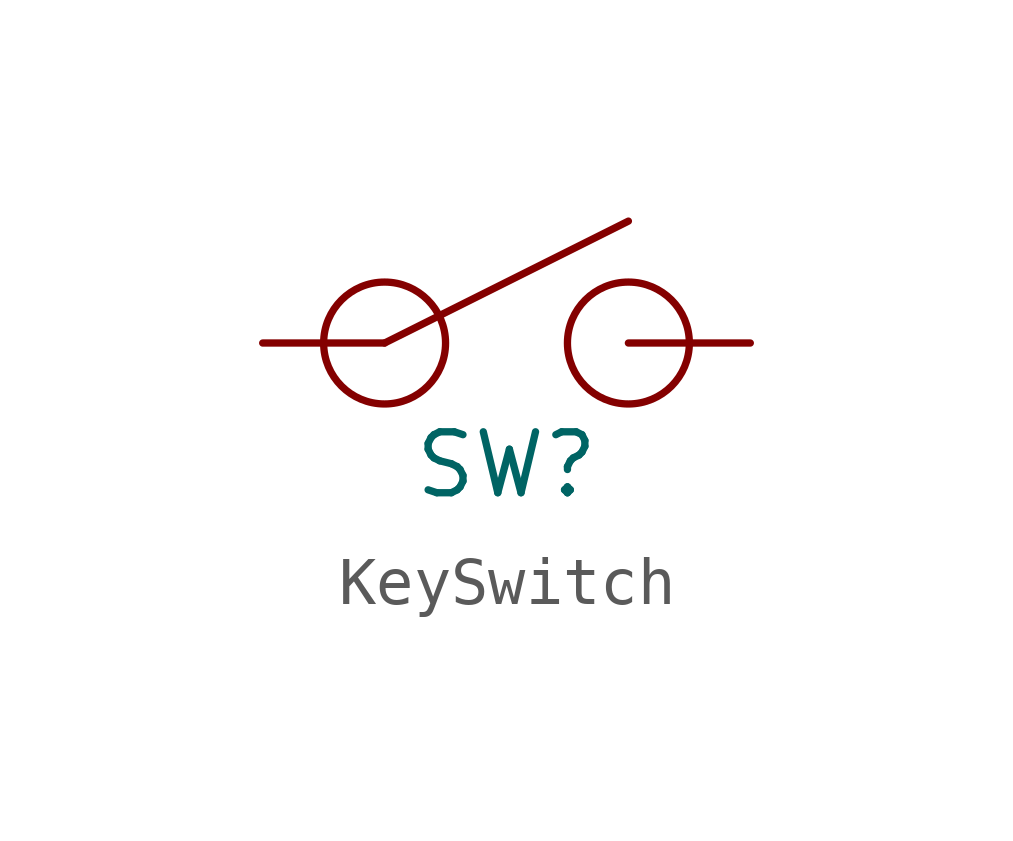
<source format=kicad_sym>
(kicad_symbol_lib
  (version 20241209)
  (generator "kicad_symbol_editor")
  (generator_version "9.0")
  (symbol "KeySwitch"
    (property "Reference" "SW"
      (at 0 0 0)
      (effects (font (size 1.27 1.27))))
    (property "Value" ""
      (at 0 0 0)
      (effects (font (size 1.27 1.27))))
    (symbol "KeySwitch_0_1"
      (circle (center -2.54 2.54) (radius 1.27) (stroke (width 0) (type default)) (fill (type none)))
      (polyline (pts (xy -2.54 2.54) (xy 2.54 5.08)) (stroke (width 0) (type default)) (fill (type none)))
      (circle (center 2.54 2.54) (radius 1.27) (stroke (width 0) (type default)) (fill (type none))))
    (symbol "KeySwitch_1_1"
      (pin input line (at -5.08 2.54 0) (length 2.54) (name "" (effects (font (size 1.27 1.27)))) (number "" (effects (font (size 1.27 1.27)))))
      (pin output line (at 5.08 2.54 180) (length 2.54) (name "" (effects (font (size 1.27 1.27)))) (number "" (effects (font (size 1.27 1.27))))))))
</source>
